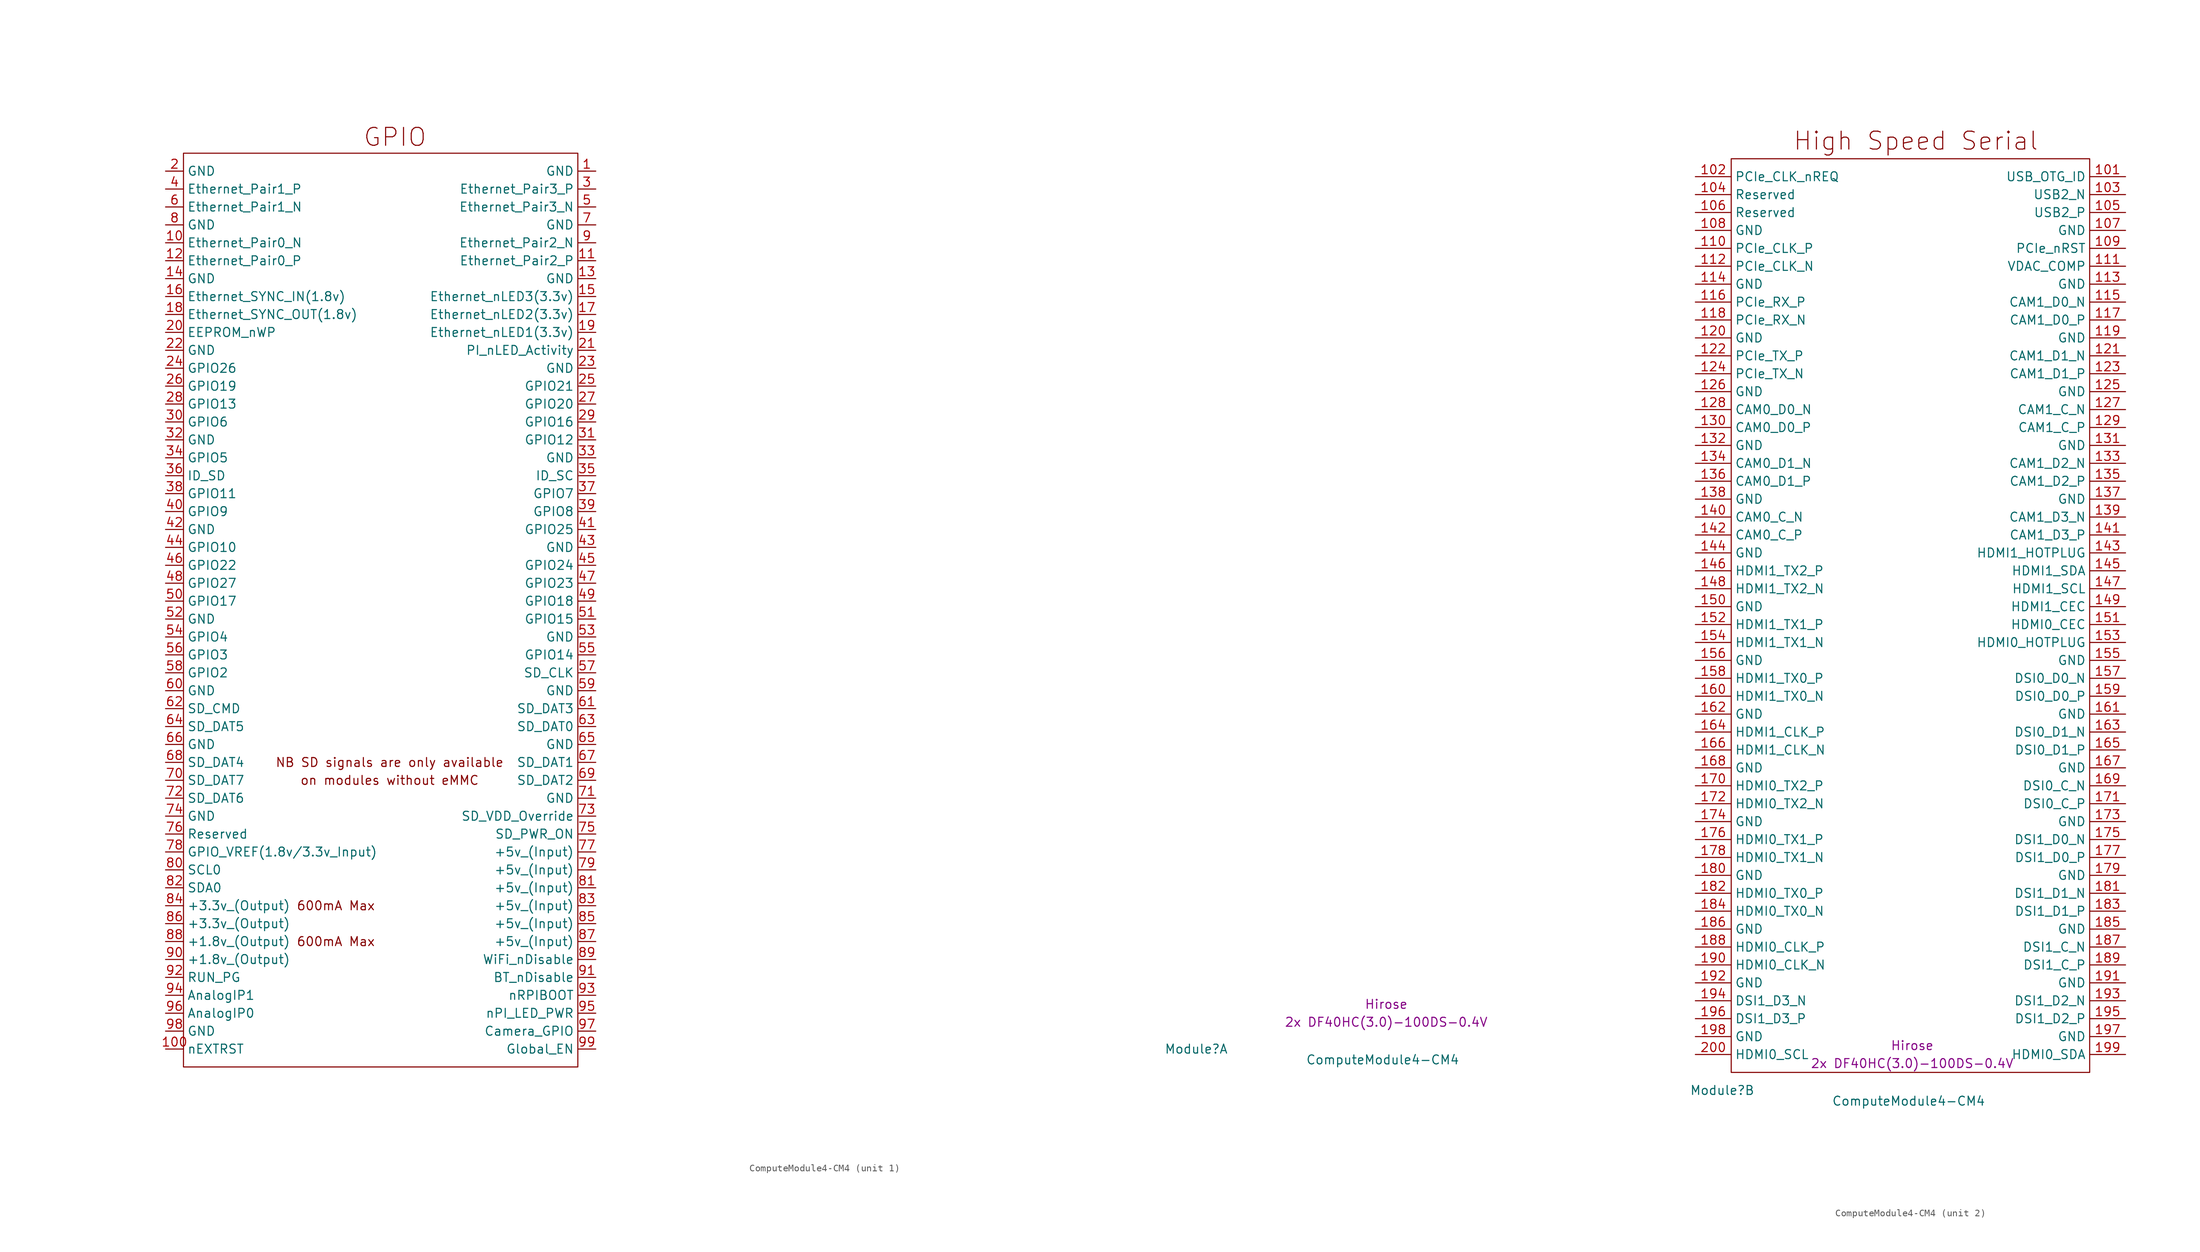
<source format=kicad_sym>
(kicad_symbol_lib
  (version 20231120)
  (generator "kicad_symbol_editor")
  (generator_version "8.0")
  (symbol "ComputeModule4-CM4"
    (property "Reference" "Module"
      (at 113.03 -68.58 0)
      (effects (font (size 1.27 1.27))))
    (property "Value" "ComputeModule4-CM4"
      (at 139.446 -70.104 0)
      (effects (font (size 1.27 1.27))))
    (property "Field4" "Hirose"
      (at 139.954 -62.23 0)
      (effects (font (size 1.27 1.27))))
    (property "Field5" "2x DF40HC(3.0)-100DS-0.4V"
      (at 139.954 -64.77 0)
      (effects (font (size 1.27 1.27))))
    (symbol "ComputeModule4-CM4_1_0"
      (text "GPIO" (at -0.508 60.706 0) (effects (font (size 2.54 2.54)))))
    (symbol "ComputeModule4-CM4_1_1"
      (rectangle (start -30.48 -71.12) (end 25.4 58.42) (stroke (width 0) (type default)) (fill (type none)))
      (text "600mA Max" (at -8.89 -53.34 0) (effects (font (size 1.27 1.27))))
      (text "600mA Max" (at -8.89 -48.26 0) (effects (font (size 1.27 1.27))))
      (text "NB SD signals are only available" (at -1.27 -27.94 0) (effects (font (size 1.27 1.27))))
      (text "on modules without eMMC" (at -1.27 -30.48 0) (effects (font (size 1.27 1.27))))
      (pin power_in line (at 27.94 55.88 180) (length 2.54) (name "GND" (effects (font (size 1.27 1.27)))) (number "1" (effects (font (size 1.27 1.27)))))
      (pin passive line (at -33.02 45.72 0) (length 2.54) (name "Ethernet_Pair0_N" (effects (font (size 1.27 1.27)))) (number "10" (effects (font (size 1.27 1.27)))))
      (pin output line (at -33.02 -68.58 0) (length 2.54) (name "nEXTRST" (effects (font (size 1.27 1.27)))) (number "100" (effects (font (size 1.27 1.27)))))
      (pin passive line (at 27.94 43.18 180) (length 2.54) (name "Ethernet_Pair2_P" (effects (font (size 1.27 1.27)))) (number "11" (effects (font (size 1.27 1.27)))))
      (pin passive line (at -33.02 43.18 0) (length 2.54) (name "Ethernet_Pair0_P" (effects (font (size 1.27 1.27)))) (number "12" (effects (font (size 1.27 1.27)))))
      (pin power_in line (at 27.94 40.64 180) (length 2.54) (name "GND" (effects (font (size 1.27 1.27)))) (number "13" (effects (font (size 1.27 1.27)))))
      (pin power_in line (at -33.02 40.64 0) (length 2.54) (name "GND" (effects (font (size 1.27 1.27)))) (number "14" (effects (font (size 1.27 1.27)))))
      (pin output line (at 27.94 38.1 180) (length 2.54) (name "Ethernet_nLED3(3.3v)" (effects (font (size 1.27 1.27)))) (number "15" (effects (font (size 1.27 1.27)))))
      (pin input line (at -33.02 38.1 0) (length 2.54) (name "Ethernet_SYNC_IN(1.8v)" (effects (font (size 1.27 1.27)))) (number "16" (effects (font (size 1.27 1.27)))))
      (pin output line (at 27.94 35.56 180) (length 2.54) (name "Ethernet_nLED2(3.3v)" (effects (font (size 1.27 1.27)))) (number "17" (effects (font (size 1.27 1.27)))))
      (pin input line (at -33.02 35.56 0) (length 2.54) (name "Ethernet_SYNC_OUT(1.8v)" (effects (font (size 1.27 1.27)))) (number "18" (effects (font (size 1.27 1.27)))))
      (pin output line (at 27.94 33.02 180) (length 2.54) (name "Ethernet_nLED1(3.3v)" (effects (font (size 1.27 1.27)))) (number "19" (effects (font (size 1.27 1.27)))))
      (pin power_in line (at -33.02 55.88 0) (length 2.54) (name "GND" (effects (font (size 1.27 1.27)))) (number "2" (effects (font (size 1.27 1.27)))))
      (pin passive line (at -33.02 33.02 0) (length 2.54) (name "EEPROM_nWP" (effects (font (size 1.27 1.27)))) (number "20" (effects (font (size 1.27 1.27)))))
      (pin open_collector line (at 27.94 30.48 180) (length 2.54) (name "PI_nLED_Activity" (effects (font (size 1.27 1.27)))) (number "21" (effects (font (size 1.27 1.27)))))
      (pin power_in line (at -33.02 30.48 0) (length 2.54) (name "GND" (effects (font (size 1.27 1.27)))) (number "22" (effects (font (size 1.27 1.27)))))
      (pin power_in line (at 27.94 27.94 180) (length 2.54) (name "GND" (effects (font (size 1.27 1.27)))) (number "23" (effects (font (size 1.27 1.27)))))
      (pin passive line (at -33.02 27.94 0) (length 2.54) (name "GPIO26" (effects (font (size 1.27 1.27)))) (number "24" (effects (font (size 1.27 1.27)))))
      (pin passive line (at 27.94 25.4 180) (length 2.54) (name "GPIO21" (effects (font (size 1.27 1.27)))) (number "25" (effects (font (size 1.27 1.27)))))
      (pin passive line (at -33.02 25.4 0) (length 2.54) (name "GPIO19" (effects (font (size 1.27 1.27)))) (number "26" (effects (font (size 1.27 1.27)))))
      (pin passive line (at 27.94 22.86 180) (length 2.54) (name "GPIO20" (effects (font (size 1.27 1.27)))) (number "27" (effects (font (size 1.27 1.27)))))
      (pin passive line (at -33.02 22.86 0) (length 2.54) (name "GPIO13" (effects (font (size 1.27 1.27)))) (number "28" (effects (font (size 1.27 1.27)))))
      (pin passive line (at 27.94 20.32 180) (length 2.54) (name "GPIO16" (effects (font (size 1.27 1.27)))) (number "29" (effects (font (size 1.27 1.27)))))
      (pin passive line (at 27.94 53.34 180) (length 2.54) (name "Ethernet_Pair3_P" (effects (font (size 1.27 1.27)))) (number "3" (effects (font (size 1.27 1.27)))))
      (pin passive line (at -33.02 20.32 0) (length 2.54) (name "GPIO6" (effects (font (size 1.27 1.27)))) (number "30" (effects (font (size 1.27 1.27)))))
      (pin passive line (at 27.94 17.78 180) (length 2.54) (name "GPIO12" (effects (font (size 1.27 1.27)))) (number "31" (effects (font (size 1.27 1.27)))))
      (pin power_in line (at -33.02 17.78 0) (length 2.54) (name "GND" (effects (font (size 1.27 1.27)))) (number "32" (effects (font (size 1.27 1.27)))))
      (pin power_in line (at 27.94 15.24 180) (length 2.54) (name "GND" (effects (font (size 1.27 1.27)))) (number "33" (effects (font (size 1.27 1.27)))))
      (pin passive line (at -33.02 15.24 0) (length 2.54) (name "GPIO5" (effects (font (size 1.27 1.27)))) (number "34" (effects (font (size 1.27 1.27)))))
      (pin passive line (at 27.94 12.7 180) (length 2.54) (name "ID_SC" (effects (font (size 1.27 1.27)))) (number "35" (effects (font (size 1.27 1.27)))))
      (pin passive line (at -33.02 12.7 0) (length 2.54) (name "ID_SD" (effects (font (size 1.27 1.27)))) (number "36" (effects (font (size 1.27 1.27)))))
      (pin passive line (at 27.94 10.16 180) (length 2.54) (name "GPIO7" (effects (font (size 1.27 1.27)))) (number "37" (effects (font (size 1.27 1.27)))))
      (pin passive line (at -33.02 10.16 0) (length 2.54) (name "GPIO11" (effects (font (size 1.27 1.27)))) (number "38" (effects (font (size 1.27 1.27)))))
      (pin passive line (at 27.94 7.62 180) (length 2.54) (name "GPIO8" (effects (font (size 1.27 1.27)))) (number "39" (effects (font (size 1.27 1.27)))))
      (pin passive line (at -33.02 53.34 0) (length 2.54) (name "Ethernet_Pair1_P" (effects (font (size 1.27 1.27)))) (number "4" (effects (font (size 1.27 1.27)))))
      (pin passive line (at -33.02 7.62 0) (length 2.54) (name "GPIO9" (effects (font (size 1.27 1.27)))) (number "40" (effects (font (size 1.27 1.27)))))
      (pin passive line (at 27.94 5.08 180) (length 2.54) (name "GPIO25" (effects (font (size 1.27 1.27)))) (number "41" (effects (font (size 1.27 1.27)))))
      (pin power_in line (at -33.02 5.08 0) (length 2.54) (name "GND" (effects (font (size 1.27 1.27)))) (number "42" (effects (font (size 1.27 1.27)))))
      (pin power_in line (at 27.94 2.54 180) (length 2.54) (name "GND" (effects (font (size 1.27 1.27)))) (number "43" (effects (font (size 1.27 1.27)))))
      (pin passive line (at -33.02 2.54 0) (length 2.54) (name "GPIO10" (effects (font (size 1.27 1.27)))) (number "44" (effects (font (size 1.27 1.27)))))
      (pin passive line (at 27.94 0 180) (length 2.54) (name "GPIO24" (effects (font (size 1.27 1.27)))) (number "45" (effects (font (size 1.27 1.27)))))
      (pin passive line (at -33.02 0 0) (length 2.54) (name "GPIO22" (effects (font (size 1.27 1.27)))) (number "46" (effects (font (size 1.27 1.27)))))
      (pin passive line (at 27.94 -2.54 180) (length 2.54) (name "GPIO23" (effects (font (size 1.27 1.27)))) (number "47" (effects (font (size 1.27 1.27)))))
      (pin passive line (at -33.02 -2.54 0) (length 2.54) (name "GPIO27" (effects (font (size 1.27 1.27)))) (number "48" (effects (font (size 1.27 1.27)))))
      (pin passive line (at 27.94 -5.08 180) (length 2.54) (name "GPIO18" (effects (font (size 1.27 1.27)))) (number "49" (effects (font (size 1.27 1.27)))))
      (pin passive line (at 27.94 50.8 180) (length 2.54) (name "Ethernet_Pair3_N" (effects (font (size 1.27 1.27)))) (number "5" (effects (font (size 1.27 1.27)))))
      (pin passive line (at -33.02 -5.08 0) (length 2.54) (name "GPIO17" (effects (font (size 1.27 1.27)))) (number "50" (effects (font (size 1.27 1.27)))))
      (pin passive line (at 27.94 -7.62 180) (length 2.54) (name "GPIO15" (effects (font (size 1.27 1.27)))) (number "51" (effects (font (size 1.27 1.27)))))
      (pin power_in line (at -33.02 -7.62 0) (length 2.54) (name "GND" (effects (font (size 1.27 1.27)))) (number "52" (effects (font (size 1.27 1.27)))))
      (pin power_in line (at 27.94 -10.16 180) (length 2.54) (name "GND" (effects (font (size 1.27 1.27)))) (number "53" (effects (font (size 1.27 1.27)))))
      (pin passive line (at -33.02 -10.16 0) (length 2.54) (name "GPIO4" (effects (font (size 1.27 1.27)))) (number "54" (effects (font (size 1.27 1.27)))))
      (pin passive line (at 27.94 -12.7 180) (length 2.54) (name "GPIO14" (effects (font (size 1.27 1.27)))) (number "55" (effects (font (size 1.27 1.27)))))
      (pin passive line (at -33.02 -12.7 0) (length 2.54) (name "GPIO3" (effects (font (size 1.27 1.27)))) (number "56" (effects (font (size 1.27 1.27)))))
      (pin passive line (at 27.94 -15.24 180) (length 2.54) (name "SD_CLK" (effects (font (size 1.27 1.27)))) (number "57" (effects (font (size 1.27 1.27)))))
      (pin passive line (at -33.02 -15.24 0) (length 2.54) (name "GPIO2" (effects (font (size 1.27 1.27)))) (number "58" (effects (font (size 1.27 1.27)))))
      (pin power_in line (at 27.94 -17.78 180) (length 2.54) (name "GND" (effects (font (size 1.27 1.27)))) (number "59" (effects (font (size 1.27 1.27)))))
      (pin passive line (at -33.02 50.8 0) (length 2.54) (name "Ethernet_Pair1_N" (effects (font (size 1.27 1.27)))) (number "6" (effects (font (size 1.27 1.27)))))
      (pin power_in line (at -33.02 -17.78 0) (length 2.54) (name "GND" (effects (font (size 1.27 1.27)))) (number "60" (effects (font (size 1.27 1.27)))))
      (pin passive line (at 27.94 -20.32 180) (length 2.54) (name "SD_DAT3" (effects (font (size 1.27 1.27)))) (number "61" (effects (font (size 1.27 1.27)))))
      (pin passive line (at -33.02 -20.32 0) (length 2.54) (name "SD_CMD" (effects (font (size 1.27 1.27)))) (number "62" (effects (font (size 1.27 1.27)))))
      (pin passive line (at 27.94 -22.86 180) (length 2.54) (name "SD_DAT0" (effects (font (size 1.27 1.27)))) (number "63" (effects (font (size 1.27 1.27)))))
      (pin passive line (at -33.02 -22.86 0) (length 2.54) (name "SD_DAT5" (effects (font (size 1.27 1.27)))) (number "64" (effects (font (size 1.27 1.27)))))
      (pin power_in line (at 27.94 -25.4 180) (length 2.54) (name "GND" (effects (font (size 1.27 1.27)))) (number "65" (effects (font (size 1.27 1.27)))))
      (pin power_in line (at -33.02 -25.4 0) (length 2.54) (name "GND" (effects (font (size 1.27 1.27)))) (number "66" (effects (font (size 1.27 1.27)))))
      (pin passive line (at 27.94 -27.94 180) (length 2.54) (name "SD_DAT1" (effects (font (size 1.27 1.27)))) (number "67" (effects (font (size 1.27 1.27)))))
      (pin passive line (at -33.02 -27.94 0) (length 2.54) (name "SD_DAT4" (effects (font (size 1.27 1.27)))) (number "68" (effects (font (size 1.27 1.27)))))
      (pin passive line (at 27.94 -30.48 180) (length 2.54) (name "SD_DAT2" (effects (font (size 1.27 1.27)))) (number "69" (effects (font (size 1.27 1.27)))))
      (pin power_in line (at 27.94 48.26 180) (length 2.54) (name "GND" (effects (font (size 1.27 1.27)))) (number "7" (effects (font (size 1.27 1.27)))))
      (pin passive line (at -33.02 -30.48 0) (length 2.54) (name "SD_DAT7" (effects (font (size 1.27 1.27)))) (number "70" (effects (font (size 1.27 1.27)))))
      (pin power_in line (at 27.94 -33.02 180) (length 2.54) (name "GND" (effects (font (size 1.27 1.27)))) (number "71" (effects (font (size 1.27 1.27)))))
      (pin passive line (at -33.02 -33.02 0) (length 2.54) (name "SD_DAT6" (effects (font (size 1.27 1.27)))) (number "72" (effects (font (size 1.27 1.27)))))
      (pin input line (at 27.94 -35.56 180) (length 2.54) (name "SD_VDD_Override" (effects (font (size 1.27 1.27)))) (number "73" (effects (font (size 1.27 1.27)))))
      (pin power_in line (at -33.02 -35.56 0) (length 2.54) (name "GND" (effects (font (size 1.27 1.27)))) (number "74" (effects (font (size 1.27 1.27)))))
      (pin output line (at 27.94 -38.1 180) (length 2.54) (name "SD_PWR_ON" (effects (font (size 1.27 1.27)))) (number "75" (effects (font (size 1.27 1.27)))))
      (pin passive line (at -33.02 -38.1 0) (length 2.54) (name "Reserved" (effects (font (size 1.27 1.27)))) (number "76" (effects (font (size 1.27 1.27)))))
      (pin power_in line (at 27.94 -40.64 180) (length 2.54) (name "+5v_(Input)" (effects (font (size 1.27 1.27)))) (number "77" (effects (font (size 1.27 1.27)))))
      (pin power_in line (at -33.02 -40.64 0) (length 2.54) (name "GPIO_VREF(1.8v/3.3v_Input)" (effects (font (size 1.27 1.27)))) (number "78" (effects (font (size 1.27 1.27)))))
      (pin power_in line (at 27.94 -43.18 180) (length 2.54) (name "+5v_(Input)" (effects (font (size 1.27 1.27)))) (number "79" (effects (font (size 1.27 1.27)))))
      (pin power_in line (at -33.02 48.26 0) (length 2.54) (name "GND" (effects (font (size 1.27 1.27)))) (number "8" (effects (font (size 1.27 1.27)))))
      (pin passive line (at -33.02 -43.18 0) (length 2.54) (name "SCL0" (effects (font (size 1.27 1.27)))) (number "80" (effects (font (size 1.27 1.27)))))
      (pin power_in line (at 27.94 -45.72 180) (length 2.54) (name "+5v_(Input)" (effects (font (size 1.27 1.27)))) (number "81" (effects (font (size 1.27 1.27)))))
      (pin passive line (at -33.02 -45.72 0) (length 2.54) (name "SDA0" (effects (font (size 1.27 1.27)))) (number "82" (effects (font (size 1.27 1.27)))))
      (pin power_in line (at 27.94 -48.26 180) (length 2.54) (name "+5v_(Input)" (effects (font (size 1.27 1.27)))) (number "83" (effects (font (size 1.27 1.27)))))
      (pin power_out line (at -33.02 -48.26 0) (length 2.54) (name "+3.3v_(Output)" (effects (font (size 1.27 1.27)))) (number "84" (effects (font (size 1.27 1.27)))))
      (pin power_in line (at 27.94 -50.8 180) (length 2.54) (name "+5v_(Input)" (effects (font (size 1.27 1.27)))) (number "85" (effects (font (size 1.27 1.27)))))
      (pin power_out line (at -33.02 -50.8 0) (length 2.54) (name "+3.3v_(Output)" (effects (font (size 1.27 1.27)))) (number "86" (effects (font (size 1.27 1.27)))))
      (pin power_in line (at 27.94 -53.34 180) (length 2.54) (name "+5v_(Input)" (effects (font (size 1.27 1.27)))) (number "87" (effects (font (size 1.27 1.27)))))
      (pin power_out line (at -33.02 -53.34 0) (length 2.54) (name "+1.8v_(Output)" (effects (font (size 1.27 1.27)))) (number "88" (effects (font (size 1.27 1.27)))))
      (pin power_in line (at 27.94 -55.88 180) (length 2.54) (name "WiFi_nDisable" (effects (font (size 1.27 1.27)))) (number "89" (effects (font (size 1.27 1.27)))))
      (pin passive line (at 27.94 45.72 180) (length 2.54) (name "Ethernet_Pair2_N" (effects (font (size 1.27 1.27)))) (number "9" (effects (font (size 1.27 1.27)))))
      (pin power_out line (at -33.02 -55.88 0) (length 2.54) (name "+1.8v_(Output)" (effects (font (size 1.27 1.27)))) (number "90" (effects (font (size 1.27 1.27)))))
      (pin power_in line (at 27.94 -58.42 180) (length 2.54) (name "BT_nDisable" (effects (font (size 1.27 1.27)))) (number "91" (effects (font (size 1.27 1.27)))))
      (pin passive line (at -33.02 -58.42 0) (length 2.54) (name "RUN_PG" (effects (font (size 1.27 1.27)))) (number "92" (effects (font (size 1.27 1.27)))))
      (pin input line (at 27.94 -60.96 180) (length 2.54) (name "nRPIBOOT" (effects (font (size 1.27 1.27)))) (number "93" (effects (font (size 1.27 1.27)))))
      (pin passive line (at -33.02 -60.96 0) (length 2.54) (name "AnalogIP1" (effects (font (size 1.27 1.27)))) (number "94" (effects (font (size 1.27 1.27)))))
      (pin output line (at 27.94 -63.5 180) (length 2.54) (name "nPI_LED_PWR" (effects (font (size 1.27 1.27)))) (number "95" (effects (font (size 1.27 1.27)))))
      (pin passive line (at -33.02 -63.5 0) (length 2.54) (name "AnalogIP0" (effects (font (size 1.27 1.27)))) (number "96" (effects (font (size 1.27 1.27)))))
      (pin passive line (at 27.94 -66.04 180) (length 2.54) (name "Camera_GPIO" (effects (font (size 1.27 1.27)))) (number "97" (effects (font (size 1.27 1.27)))))
      (pin power_in line (at -33.02 -66.04 0) (length 2.54) (name "GND" (effects (font (size 1.27 1.27)))) (number "98" (effects (font (size 1.27 1.27)))))
      (pin input line (at 27.94 -68.58 180) (length 2.54) (name "Global_EN" (effects (font (size 1.27 1.27)))) (number "99" (effects (font (size 1.27 1.27))))))
    (symbol "ComputeModule4-CM4_2_1"
      (rectangle (start 114.3 -66.04) (end 165.1 63.5) (stroke (width 0) (type default)) (fill (type none)))
      (text "High Speed Serial" (at 140.462 66.04 0) (effects (font (size 2.54 2.54))))
      (pin input line (at 170.18 60.96 180) (length 5.08) (name "USB_OTG_ID" (effects (font (size 1.27 1.27)))) (number "101" (effects (font (size 1.27 1.27)))))
      (pin input line (at 109.22 60.96 0) (length 5.08) (name "PCIe_CLK_nREQ" (effects (font (size 1.27 1.27)))) (number "102" (effects (font (size 1.27 1.27)))))
      (pin passive line (at 170.18 58.42 180) (length 5.08) (name "USB2_N" (effects (font (size 1.27 1.27)))) (number "103" (effects (font (size 1.27 1.27)))))
      (pin passive line (at 109.22 58.42 0) (length 5.08) (name "Reserved" (effects (font (size 1.27 1.27)))) (number "104" (effects (font (size 1.27 1.27)))))
      (pin passive line (at 170.18 55.88 180) (length 5.08) (name "USB2_P" (effects (font (size 1.27 1.27)))) (number "105" (effects (font (size 1.27 1.27)))))
      (pin passive line (at 109.22 55.88 0) (length 5.08) (name "Reserved" (effects (font (size 1.27 1.27)))) (number "106" (effects (font (size 1.27 1.27)))))
      (pin power_in line (at 170.18 53.34 180) (length 5.08) (name "GND" (effects (font (size 1.27 1.27)))) (number "107" (effects (font (size 1.27 1.27)))))
      (pin power_in line (at 109.22 53.34 0) (length 5.08) (name "GND" (effects (font (size 1.27 1.27)))) (number "108" (effects (font (size 1.27 1.27)))))
      (pin bidirectional line (at 170.18 50.8 180) (length 5.08) (name "PCIe_nRST" (effects (font (size 1.27 1.27)))) (number "109" (effects (font (size 1.27 1.27)))))
      (pin output line (at 109.22 50.8 0) (length 5.08) (name "PCIe_CLK_P" (effects (font (size 1.27 1.27)))) (number "110" (effects (font (size 1.27 1.27)))))
      (pin passive line (at 170.18 48.26 180) (length 5.08) (name "VDAC_COMP" (effects (font (size 1.27 1.27)))) (number "111" (effects (font (size 1.27 1.27)))))
      (pin output line (at 109.22 48.26 0) (length 5.08) (name "PCIe_CLK_N" (effects (font (size 1.27 1.27)))) (number "112" (effects (font (size 1.27 1.27)))))
      (pin power_in line (at 170.18 45.72 180) (length 5.08) (name "GND" (effects (font (size 1.27 1.27)))) (number "113" (effects (font (size 1.27 1.27)))))
      (pin power_in line (at 109.22 45.72 0) (length 5.08) (name "GND" (effects (font (size 1.27 1.27)))) (number "114" (effects (font (size 1.27 1.27)))))
      (pin input line (at 170.18 43.18 180) (length 5.08) (name "CAM1_D0_N" (effects (font (size 1.27 1.27)))) (number "115" (effects (font (size 1.27 1.27)))))
      (pin input line (at 109.22 43.18 0) (length 5.08) (name "PCIe_RX_P" (effects (font (size 1.27 1.27)))) (number "116" (effects (font (size 1.27 1.27)))))
      (pin input line (at 170.18 40.64 180) (length 5.08) (name "CAM1_D0_P" (effects (font (size 1.27 1.27)))) (number "117" (effects (font (size 1.27 1.27)))))
      (pin input line (at 109.22 40.64 0) (length 5.08) (name "PCIe_RX_N" (effects (font (size 1.27 1.27)))) (number "118" (effects (font (size 1.27 1.27)))))
      (pin power_in line (at 170.18 38.1 180) (length 5.08) (name "GND" (effects (font (size 1.27 1.27)))) (number "119" (effects (font (size 1.27 1.27)))))
      (pin power_in line (at 109.22 38.1 0) (length 5.08) (name "GND" (effects (font (size 1.27 1.27)))) (number "120" (effects (font (size 1.27 1.27)))))
      (pin input line (at 170.18 35.56 180) (length 5.08) (name "CAM1_D1_N" (effects (font (size 1.27 1.27)))) (number "121" (effects (font (size 1.27 1.27)))))
      (pin output line (at 109.22 35.56 0) (length 5.08) (name "PCIe_TX_P" (effects (font (size 1.27 1.27)))) (number "122" (effects (font (size 1.27 1.27)))))
      (pin input line (at 170.18 33.02 180) (length 5.08) (name "CAM1_D1_P" (effects (font (size 1.27 1.27)))) (number "123" (effects (font (size 1.27 1.27)))))
      (pin output line (at 109.22 33.02 0) (length 5.08) (name "PCIe_TX_N" (effects (font (size 1.27 1.27)))) (number "124" (effects (font (size 1.27 1.27)))))
      (pin power_in line (at 170.18 30.48 180) (length 5.08) (name "GND" (effects (font (size 1.27 1.27)))) (number "125" (effects (font (size 1.27 1.27)))))
      (pin power_in line (at 109.22 30.48 0) (length 5.08) (name "GND" (effects (font (size 1.27 1.27)))) (number "126" (effects (font (size 1.27 1.27)))))
      (pin input line (at 170.18 27.94 180) (length 5.08) (name "CAM1_C_N" (effects (font (size 1.27 1.27)))) (number "127" (effects (font (size 1.27 1.27)))))
      (pin input line (at 109.22 27.94 0) (length 5.08) (name "CAM0_D0_N" (effects (font (size 1.27 1.27)))) (number "128" (effects (font (size 1.27 1.27)))))
      (pin input line (at 170.18 25.4 180) (length 5.08) (name "CAM1_C_P" (effects (font (size 1.27 1.27)))) (number "129" (effects (font (size 1.27 1.27)))))
      (pin input line (at 109.22 25.4 0) (length 5.08) (name "CAM0_D0_P" (effects (font (size 1.27 1.27)))) (number "130" (effects (font (size 1.27 1.27)))))
      (pin power_in line (at 170.18 22.86 180) (length 5.08) (name "GND" (effects (font (size 1.27 1.27)))) (number "131" (effects (font (size 1.27 1.27)))))
      (pin power_in line (at 109.22 22.86 0) (length 5.08) (name "GND" (effects (font (size 1.27 1.27)))) (number "132" (effects (font (size 1.27 1.27)))))
      (pin input line (at 170.18 20.32 180) (length 5.08) (name "CAM1_D2_N" (effects (font (size 1.27 1.27)))) (number "133" (effects (font (size 1.27 1.27)))))
      (pin input line (at 109.22 20.32 0) (length 5.08) (name "CAM0_D1_N" (effects (font (size 1.27 1.27)))) (number "134" (effects (font (size 1.27 1.27)))))
      (pin input line (at 170.18 17.78 180) (length 5.08) (name "CAM1_D2_P" (effects (font (size 1.27 1.27)))) (number "135" (effects (font (size 1.27 1.27)))))
      (pin input line (at 109.22 17.78 0) (length 5.08) (name "CAM0_D1_P" (effects (font (size 1.27 1.27)))) (number "136" (effects (font (size 1.27 1.27)))))
      (pin power_in line (at 170.18 15.24 180) (length 5.08) (name "GND" (effects (font (size 1.27 1.27)))) (number "137" (effects (font (size 1.27 1.27)))))
      (pin power_in line (at 109.22 15.24 0) (length 5.08) (name "GND" (effects (font (size 1.27 1.27)))) (number "138" (effects (font (size 1.27 1.27)))))
      (pin input line (at 170.18 12.7 180) (length 5.08) (name "CAM1_D3_N" (effects (font (size 1.27 1.27)))) (number "139" (effects (font (size 1.27 1.27)))))
      (pin input line (at 109.22 12.7 0) (length 5.08) (name "CAM0_C_N" (effects (font (size 1.27 1.27)))) (number "140" (effects (font (size 1.27 1.27)))))
      (pin input line (at 170.18 10.16 180) (length 5.08) (name "CAM1_D3_P" (effects (font (size 1.27 1.27)))) (number "141" (effects (font (size 1.27 1.27)))))
      (pin input line (at 109.22 10.16 0) (length 5.08) (name "CAM0_C_P" (effects (font (size 1.27 1.27)))) (number "142" (effects (font (size 1.27 1.27)))))
      (pin input line (at 170.18 7.62 180) (length 5.08) (name "HDMI1_HOTPLUG" (effects (font (size 1.27 1.27)))) (number "143" (effects (font (size 1.27 1.27)))))
      (pin power_in line (at 109.22 7.62 0) (length 5.08) (name "GND" (effects (font (size 1.27 1.27)))) (number "144" (effects (font (size 1.27 1.27)))))
      (pin bidirectional line (at 170.18 5.08 180) (length 5.08) (name "HDMI1_SDA" (effects (font (size 1.27 1.27)))) (number "145" (effects (font (size 1.27 1.27)))))
      (pin output line (at 109.22 5.08 0) (length 5.08) (name "HDMI1_TX2_P" (effects (font (size 1.27 1.27)))) (number "146" (effects (font (size 1.27 1.27)))))
      (pin open_collector line (at 170.18 2.54 180) (length 5.08) (name "HDMI1_SCL" (effects (font (size 1.27 1.27)))) (number "147" (effects (font (size 1.27 1.27)))))
      (pin output line (at 109.22 2.54 0) (length 5.08) (name "HDMI1_TX2_N" (effects (font (size 1.27 1.27)))) (number "148" (effects (font (size 1.27 1.27)))))
      (pin open_collector line (at 170.18 0 180) (length 5.08) (name "HDMI1_CEC" (effects (font (size 1.27 1.27)))) (number "149" (effects (font (size 1.27 1.27)))))
      (pin power_in line (at 109.22 0 0) (length 5.08) (name "GND" (effects (font (size 1.27 1.27)))) (number "150" (effects (font (size 1.27 1.27)))))
      (pin open_collector line (at 170.18 -2.54 180) (length 5.08) (name "HDMI0_CEC" (effects (font (size 1.27 1.27)))) (number "151" (effects (font (size 1.27 1.27)))))
      (pin output line (at 109.22 -2.54 0) (length 5.08) (name "HDMI1_TX1_P" (effects (font (size 1.27 1.27)))) (number "152" (effects (font (size 1.27 1.27)))))
      (pin input line (at 170.18 -5.08 180) (length 5.08) (name "HDMI0_HOTPLUG" (effects (font (size 1.27 1.27)))) (number "153" (effects (font (size 1.27 1.27)))))
      (pin output line (at 109.22 -5.08 0) (length 5.08) (name "HDMI1_TX1_N" (effects (font (size 1.27 1.27)))) (number "154" (effects (font (size 1.27 1.27)))))
      (pin power_in line (at 170.18 -7.62 180) (length 5.08) (name "GND" (effects (font (size 1.27 1.27)))) (number "155" (effects (font (size 1.27 1.27)))))
      (pin power_in line (at 109.22 -7.62 0) (length 5.08) (name "GND" (effects (font (size 1.27 1.27)))) (number "156" (effects (font (size 1.27 1.27)))))
      (pin output line (at 170.18 -10.16 180) (length 5.08) (name "DSI0_D0_N" (effects (font (size 1.27 1.27)))) (number "157" (effects (font (size 1.27 1.27)))))
      (pin output line (at 109.22 -10.16 0) (length 5.08) (name "HDMI1_TX0_P" (effects (font (size 1.27 1.27)))) (number "158" (effects (font (size 1.27 1.27)))))
      (pin output line (at 170.18 -12.7 180) (length 5.08) (name "DSI0_D0_P" (effects (font (size 1.27 1.27)))) (number "159" (effects (font (size 1.27 1.27)))))
      (pin output line (at 109.22 -12.7 0) (length 5.08) (name "HDMI1_TX0_N" (effects (font (size 1.27 1.27)))) (number "160" (effects (font (size 1.27 1.27)))))
      (pin power_in line (at 170.18 -15.24 180) (length 5.08) (name "GND" (effects (font (size 1.27 1.27)))) (number "161" (effects (font (size 1.27 1.27)))))
      (pin power_in line (at 109.22 -15.24 0) (length 5.08) (name "GND" (effects (font (size 1.27 1.27)))) (number "162" (effects (font (size 1.27 1.27)))))
      (pin output line (at 170.18 -17.78 180) (length 5.08) (name "DSI0_D1_N" (effects (font (size 1.27 1.27)))) (number "163" (effects (font (size 1.27 1.27)))))
      (pin output line (at 109.22 -17.78 0) (length 5.08) (name "HDMI1_CLK_P" (effects (font (size 1.27 1.27)))) (number "164" (effects (font (size 1.27 1.27)))))
      (pin output line (at 170.18 -20.32 180) (length 5.08) (name "DSI0_D1_P" (effects (font (size 1.27 1.27)))) (number "165" (effects (font (size 1.27 1.27)))))
      (pin output line (at 109.22 -20.32 0) (length 5.08) (name "HDMI1_CLK_N" (effects (font (size 1.27 1.27)))) (number "166" (effects (font (size 1.27 1.27)))))
      (pin power_in line (at 170.18 -22.86 180) (length 5.08) (name "GND" (effects (font (size 1.27 1.27)))) (number "167" (effects (font (size 1.27 1.27)))))
      (pin power_in line (at 109.22 -22.86 0) (length 5.08) (name "GND" (effects (font (size 1.27 1.27)))) (number "168" (effects (font (size 1.27 1.27)))))
      (pin output line (at 170.18 -25.4 180) (length 5.08) (name "DSI0_C_N" (effects (font (size 1.27 1.27)))) (number "169" (effects (font (size 1.27 1.27)))))
      (pin output line (at 109.22 -25.4 0) (length 5.08) (name "HDMI0_TX2_P" (effects (font (size 1.27 1.27)))) (number "170" (effects (font (size 1.27 1.27)))))
      (pin output line (at 170.18 -27.94 180) (length 5.08) (name "DSI0_C_P" (effects (font (size 1.27 1.27)))) (number "171" (effects (font (size 1.27 1.27)))))
      (pin output line (at 109.22 -27.94 0) (length 5.08) (name "HDMI0_TX2_N" (effects (font (size 1.27 1.27)))) (number "172" (effects (font (size 1.27 1.27)))))
      (pin power_in line (at 170.18 -30.48 180) (length 5.08) (name "GND" (effects (font (size 1.27 1.27)))) (number "173" (effects (font (size 1.27 1.27)))))
      (pin power_in line (at 109.22 -30.48 0) (length 5.08) (name "GND" (effects (font (size 1.27 1.27)))) (number "174" (effects (font (size 1.27 1.27)))))
      (pin output line (at 170.18 -33.02 180) (length 5.08) (name "DSI1_D0_N" (effects (font (size 1.27 1.27)))) (number "175" (effects (font (size 1.27 1.27)))))
      (pin output line (at 109.22 -33.02 0) (length 5.08) (name "HDMI0_TX1_P" (effects (font (size 1.27 1.27)))) (number "176" (effects (font (size 1.27 1.27)))))
      (pin output line (at 170.18 -35.56 180) (length 5.08) (name "DSI1_D0_P" (effects (font (size 1.27 1.27)))) (number "177" (effects (font (size 1.27 1.27)))))
      (pin output line (at 109.22 -35.56 0) (length 5.08) (name "HDMI0_TX1_N" (effects (font (size 1.27 1.27)))) (number "178" (effects (font (size 1.27 1.27)))))
      (pin power_in line (at 170.18 -38.1 180) (length 5.08) (name "GND" (effects (font (size 1.27 1.27)))) (number "179" (effects (font (size 1.27 1.27)))))
      (pin power_in line (at 109.22 -38.1 0) (length 5.08) (name "GND" (effects (font (size 1.27 1.27)))) (number "180" (effects (font (size 1.27 1.27)))))
      (pin output line (at 170.18 -40.64 180) (length 5.08) (name "DSI1_D1_N" (effects (font (size 1.27 1.27)))) (number "181" (effects (font (size 1.27 1.27)))))
      (pin output line (at 109.22 -40.64 0) (length 5.08) (name "HDMI0_TX0_P" (effects (font (size 1.27 1.27)))) (number "182" (effects (font (size 1.27 1.27)))))
      (pin output line (at 170.18 -43.18 180) (length 5.08) (name "DSI1_D1_P" (effects (font (size 1.27 1.27)))) (number "183" (effects (font (size 1.27 1.27)))))
      (pin output line (at 109.22 -43.18 0) (length 5.08) (name "HDMI0_TX0_N" (effects (font (size 1.27 1.27)))) (number "184" (effects (font (size 1.27 1.27)))))
      (pin power_in line (at 170.18 -45.72 180) (length 5.08) (name "GND" (effects (font (size 1.27 1.27)))) (number "185" (effects (font (size 1.27 1.27)))))
      (pin power_in line (at 109.22 -45.72 0) (length 5.08) (name "GND" (effects (font (size 1.27 1.27)))) (number "186" (effects (font (size 1.27 1.27)))))
      (pin output line (at 170.18 -48.26 180) (length 5.08) (name "DSI1_C_N" (effects (font (size 1.27 1.27)))) (number "187" (effects (font (size 1.27 1.27)))))
      (pin output line (at 109.22 -48.26 0) (length 5.08) (name "HDMI0_CLK_P" (effects (font (size 1.27 1.27)))) (number "188" (effects (font (size 1.27 1.27)))))
      (pin output line (at 170.18 -50.8 180) (length 5.08) (name "DSI1_C_P" (effects (font (size 1.27 1.27)))) (number "189" (effects (font (size 1.27 1.27)))))
      (pin output line (at 109.22 -50.8 0) (length 5.08) (name "HDMI0_CLK_N" (effects (font (size 1.27 1.27)))) (number "190" (effects (font (size 1.27 1.27)))))
      (pin power_in line (at 170.18 -53.34 180) (length 5.08) (name "GND" (effects (font (size 1.27 1.27)))) (number "191" (effects (font (size 1.27 1.27)))))
      (pin power_in line (at 109.22 -53.34 0) (length 5.08) (name "GND" (effects (font (size 1.27 1.27)))) (number "192" (effects (font (size 1.27 1.27)))))
      (pin output line (at 170.18 -55.88 180) (length 5.08) (name "DSI1_D2_N" (effects (font (size 1.27 1.27)))) (number "193" (effects (font (size 1.27 1.27)))))
      (pin output line (at 109.22 -55.88 0) (length 5.08) (name "DSI1_D3_N" (effects (font (size 1.27 1.27)))) (number "194" (effects (font (size 1.27 1.27)))))
      (pin output line (at 170.18 -58.42 180) (length 5.08) (name "DSI1_D2_P" (effects (font (size 1.27 1.27)))) (number "195" (effects (font (size 1.27 1.27)))))
      (pin output line (at 109.22 -58.42 0) (length 5.08) (name "DSI1_D3_P" (effects (font (size 1.27 1.27)))) (number "196" (effects (font (size 1.27 1.27)))))
      (pin power_in line (at 170.18 -60.96 180) (length 5.08) (name "GND" (effects (font (size 1.27 1.27)))) (number "197" (effects (font (size 1.27 1.27)))))
      (pin power_in line (at 109.22 -60.96 0) (length 5.08) (name "GND" (effects (font (size 1.27 1.27)))) (number "198" (effects (font (size 1.27 1.27)))))
      (pin bidirectional line (at 170.18 -63.5 180) (length 5.08) (name "HDMI0_SDA" (effects (font (size 1.27 1.27)))) (number "199" (effects (font (size 1.27 1.27)))))
      (pin open_collector line (at 109.22 -63.5 0) (length 5.08) (name "HDMI0_SCL" (effects (font (size 1.27 1.27)))) (number "200" (effects (font (size 1.27 1.27))))))))
</source>
